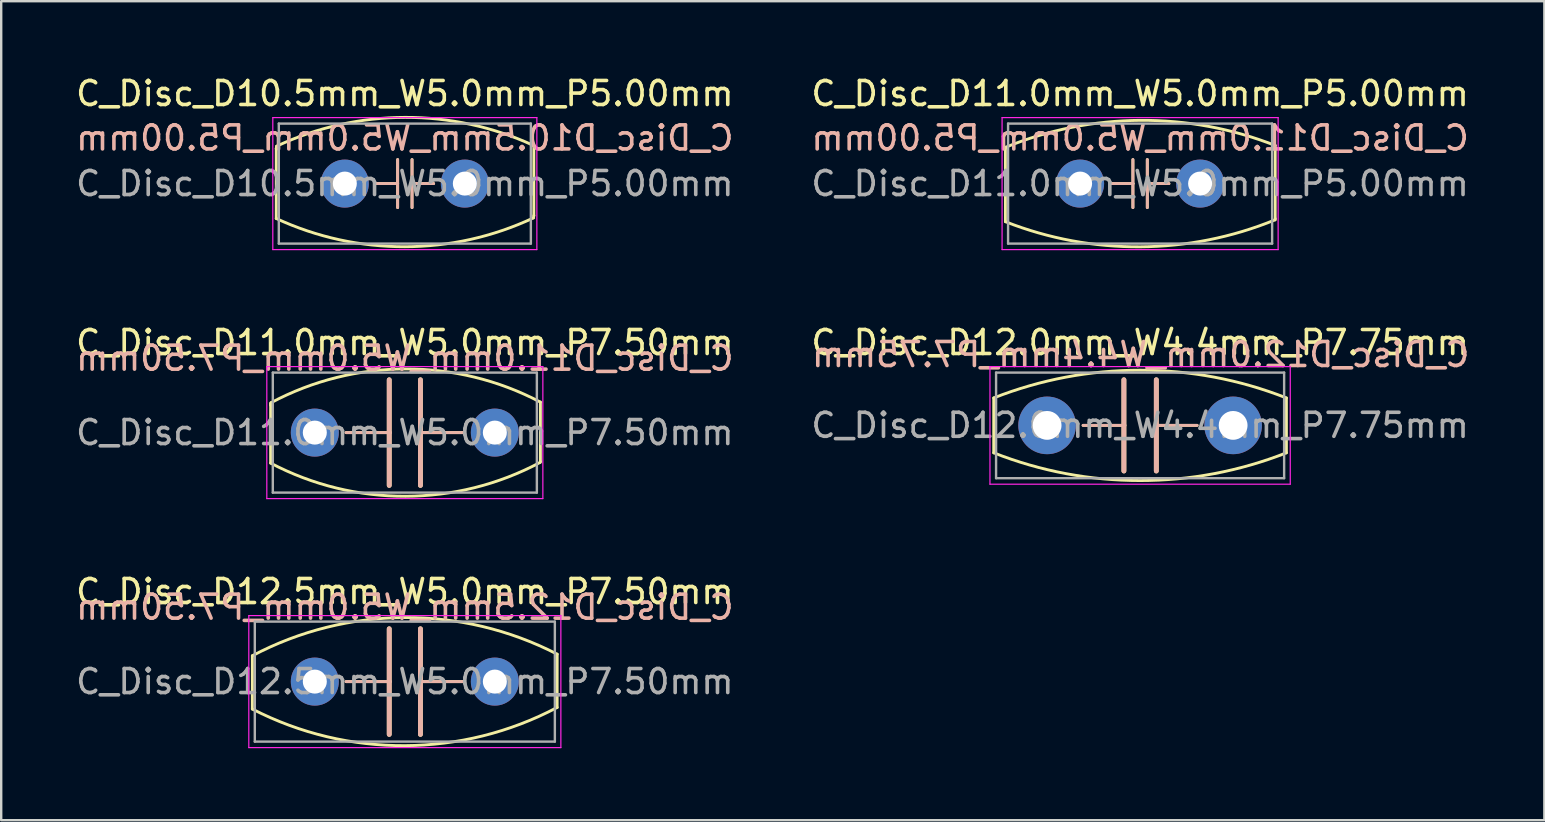
<source format=kicad_pcb>
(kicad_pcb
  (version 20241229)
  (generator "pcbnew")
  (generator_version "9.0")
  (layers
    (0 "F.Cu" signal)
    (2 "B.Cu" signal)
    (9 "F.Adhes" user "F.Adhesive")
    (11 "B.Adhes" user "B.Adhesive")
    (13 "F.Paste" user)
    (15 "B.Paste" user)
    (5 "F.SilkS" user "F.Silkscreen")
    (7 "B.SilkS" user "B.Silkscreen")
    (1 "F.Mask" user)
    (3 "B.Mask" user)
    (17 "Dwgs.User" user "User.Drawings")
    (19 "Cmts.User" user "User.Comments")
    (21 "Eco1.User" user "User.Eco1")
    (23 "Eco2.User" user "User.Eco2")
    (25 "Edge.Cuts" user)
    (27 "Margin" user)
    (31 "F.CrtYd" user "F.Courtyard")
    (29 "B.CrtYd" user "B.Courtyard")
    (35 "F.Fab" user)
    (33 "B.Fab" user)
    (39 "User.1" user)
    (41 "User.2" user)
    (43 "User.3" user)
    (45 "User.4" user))
  (footprint "C_Disc_D11.0mm_W5.0mm_P5.00mm"
    (layer "F.Cu")
    (at 41.946 4.598)
    (property "Reference" "C_Disc_D11.0mm_W5.0mm_P5.00mm" (at 2.5 -3.75 0) (layer "F.SilkS") (effects (font (size 1 1) (thickness 0.15))))
    (fp_line (start -3.111 -1.46) (end -3.106 -1.511) (stroke (width 0.12) (type solid)) (layer "F.SilkS"))
    (fp_line (start -3.111 1.587) (end -3.111 -1.46) (stroke (width 0.12) (type solid)) (layer "F.SilkS"))
    (fp_line (start 1.3 0) (end 2.2 0) (stroke (width 0.12) (type solid)) (layer "F.SilkS"))
    (fp_line (start 2.2 0) (end 2.2 -1) (stroke (width 0.12) (type solid)) (layer "F.SilkS"))
    (fp_line (start 2.2 0) (end 2.2 1) (stroke (width 0.12) (type solid)) (layer "F.SilkS"))
    (fp_line (start 2.8 -1) (end 2.8 1) (stroke (width 0.12) (type solid)) (layer "F.SilkS"))
    (fp_line (start 2.8 0) (end 3.7 0) (stroke (width 0.12) (type solid)) (layer "F.SilkS"))
    (fp_line (start 8.128 -1.587) (end 8.128 1.46) (stroke (width 0.12) (type solid)) (layer "F.SilkS"))
    (fp_line (start 8.128 1.46) (end 8.123 1.511) (stroke (width 0.12) (type solid)) (layer "F.SilkS"))
    (fp_arc (start -3.106181 -1.511004) (mid 2.50352 -2.634411) (end 8.128 -1.5875) (stroke (width 0.12) (type solid)) (layer "F.SilkS"))
    (fp_arc (start 8.122681 1.511004) (mid 2.51298 2.634411) (end -3.1115 1.5875) (stroke (width 0.12) (type solid)) (layer "F.SilkS"))
    (fp_line (start 1.3 0) (end 2.2 0) (stroke (width 0.12) (type solid)) (layer "B.SilkS"))
    (fp_line (start 2.2 0) (end 2.2 -1) (stroke (width 0.12) (type solid)) (layer "B.SilkS"))
    (fp_line (start 2.2 0) (end 2.2 1) (stroke (width 0.12) (type solid)) (layer "B.SilkS"))
    (fp_line (start 2.8 0) (end 3.7 0) (stroke (width 0.12) (type solid)) (layer "B.SilkS"))
    (fp_line (start 2.8 1) (end 2.8 -1) (stroke (width 0.12) (type solid)) (layer "B.SilkS"))
    (fp_line (start -3.25 -2.75) (end -3.25 2.75) (stroke (width 0.05) (type solid)) (layer "F.CrtYd"))
    (fp_line (start -3.25 2.75) (end 8.25 2.75) (stroke (width 0.05) (type solid)) (layer "F.CrtYd"))
    (fp_line (start 8.25 -2.75) (end -3.25 -2.75) (stroke (width 0.05) (type solid)) (layer "F.CrtYd"))
    (fp_line (start 8.25 2.75) (end 8.25 -2.75) (stroke (width 0.05) (type solid)) (layer "F.CrtYd"))
    (fp_line (start -3 -2.5) (end -3 2.5) (stroke (width 0.1) (type solid)) (layer "F.Fab"))
    (fp_line (start -3 2.5) (end 8 2.5) (stroke (width 0.1) (type solid)) (layer "F.Fab"))
    (fp_line (start 8 -2.5) (end -3 -2.5) (stroke (width 0.1) (type solid)) (layer "F.Fab"))
    (fp_line (start 8 2.5) (end 8 -2.5) (stroke (width 0.1) (type solid)) (layer "F.Fab"))
    (fp_text user "${REFERENCE}" (at 2.5 -1.9 0) (layer "B.SilkS") (effects (font (size 1 1) (thickness 0.15)) (justify mirror)))
    (fp_text user "${REFERENCE}" (at 2.5 0 0) (layer "F.Fab") (effects (font (size 1 1) (thickness 0.15))))
    (pad "1" thru_hole circle (at 0 0) (size 2 2) (drill 1) (layers "*.Cu" "*.Mask"))
    (pad "2" thru_hole circle (at 5 0) (size 2 2) (drill 1) (layers "*.Cu" "*.Mask")))
  (footprint "C_Disc_D10.5mm_W5.0mm_P5.00mm"
    (layer "F.Cu")
    (at 11.315 4.598)
    (property "Reference" "C_Disc_D10.5mm_W5.0mm_P5.00mm" (at 2.5 -3.75 0) (layer "F.SilkS") (effects (font (size 1 1) (thickness 0.15))))
    (fp_line (start -2.857 -1.46) (end -2.843 -1.556) (stroke (width 0.12) (type solid)) (layer "F.SilkS"))
    (fp_line (start -2.857 1.454) (end -2.857 -1.46) (stroke (width 0.12) (type solid)) (layer "F.SilkS"))
    (fp_line (start 1.3 0) (end 2.2 0) (stroke (width 0.12) (type solid)) (layer "F.SilkS"))
    (fp_line (start 2.2 0) (end 2.2 -1) (stroke (width 0.12) (type solid)) (layer "F.SilkS"))
    (fp_line (start 2.2 0) (end 2.2 1) (stroke (width 0.12) (type solid)) (layer "F.SilkS"))
    (fp_line (start 2.8 -1) (end 2.8 1) (stroke (width 0.12) (type solid)) (layer "F.SilkS"))
    (fp_line (start 2.8 0) (end 3.7 0) (stroke (width 0.12) (type solid)) (layer "F.SilkS"))
    (fp_line (start 7.874 -1.581) (end 7.874 1.333) (stroke (width 0.12) (type solid)) (layer "F.SilkS"))
    (fp_line (start 7.874 1.333) (end 7.859 1.429) (stroke (width 0.12) (type solid)) (layer "F.SilkS"))
    (fp_arc (start -2.842795 -1.556187) (mid 2.512796 -2.757728) (end 7.874 -1.581487) (stroke (width 0.12) (type solid)) (layer "F.SilkS"))
    (fp_arc (start 7.859295 1.429187) (mid 2.503704 2.630728) (end -2.8575 1.454487) (stroke (width 0.12) (type solid)) (layer "F.SilkS"))
    (fp_line (start 1.3 0) (end 2.2 0) (stroke (width 0.12) (type solid)) (layer "B.SilkS"))
    (fp_line (start 2.2 0) (end 2.2 -1) (stroke (width 0.12) (type solid)) (layer "B.SilkS"))
    (fp_line (start 2.2 0) (end 2.2 1) (stroke (width 0.12) (type solid)) (layer "B.SilkS"))
    (fp_line (start 2.8 0) (end 3.7 0) (stroke (width 0.12) (type solid)) (layer "B.SilkS"))
    (fp_line (start 2.8 1) (end 2.8 -1) (stroke (width 0.12) (type solid)) (layer "B.SilkS"))
    (fp_line (start -3 -2.75) (end -3 2.75) (stroke (width 0.05) (type solid)) (layer "F.CrtYd"))
    (fp_line (start -3 2.75) (end 8 2.75) (stroke (width 0.05) (type solid)) (layer "F.CrtYd"))
    (fp_line (start 8 -2.75) (end -3 -2.75) (stroke (width 0.05) (type solid)) (layer "F.CrtYd"))
    (fp_line (start 8 2.75) (end 8 -2.75) (stroke (width 0.05) (type solid)) (layer "F.CrtYd"))
    (fp_line (start -2.75 -2.5) (end -2.75 2.5) (stroke (width 0.1) (type solid)) (layer "F.Fab"))
    (fp_line (start -2.75 2.5) (end 7.75 2.5) (stroke (width 0.1) (type solid)) (layer "F.Fab"))
    (fp_line (start 7.75 -2.5) (end -2.75 -2.5) (stroke (width 0.1) (type solid)) (layer "F.Fab"))
    (fp_line (start 7.75 2.5) (end 7.75 -2.5) (stroke (width 0.1) (type solid)) (layer "F.Fab"))
    (fp_text user "${REFERENCE}" (at 2.5 -1.9 0) (layer "B.SilkS") (effects (font (size 1 1) (thickness 0.15)) (justify mirror)))
    (fp_text user "${REFERENCE}" (at 2.5 0 0) (layer "F.Fab") (effects (font (size 1 1) (thickness 0.15))))
    (pad "1" thru_hole circle (at 0 0) (size 2 2) (drill 1) (layers "*.Cu" "*.Mask"))
    (pad "2" thru_hole circle (at 5 0) (size 2 2) (drill 1) (layers "*.Cu" "*.Mask")))
  (footprint "C_Disc_D11.0mm_W5.0mm_P7.50mm"
    (layer "F.Cu")
    (at 10.065 14.972)
    (property "Reference" "C_Disc_D11.0mm_W5.0mm_P7.50mm" (at 3.75 -3.75 0) (layer "F.SilkS") (effects (font (size 1 1) (thickness 0.15))))
    (fp_line (start -1.841 -1.206) (end -1.828 -1.244) (stroke (width 0.12) (type solid)) (layer "F.SilkS"))
    (fp_line (start -1.841 -1.143) (end -1.841 -1.206) (stroke (width 0.12) (type solid)) (layer "F.SilkS"))
    (fp_line (start -1.841 1.27) (end -1.841 -1.143) (stroke (width 0.12) (type solid)) (layer "F.SilkS"))
    (fp_line (start 1.3 0) (end 3.1 0) (stroke (width 0.12) (type solid)) (layer "F.SilkS"))
    (fp_line (start 3.1 0) (end 3.1 -2.2) (stroke (width 0.2) (type solid)) (layer "F.SilkS"))
    (fp_line (start 3.1 0) (end 3.1 2.2) (stroke (width 0.2) (type solid)) (layer "F.SilkS"))
    (fp_line (start 4.4 0) (end 4.4 -2.2) (stroke (width 0.2) (type solid)) (layer "F.SilkS"))
    (fp_line (start 4.4 0) (end 4.4 2.2) (stroke (width 0.2) (type solid)) (layer "F.SilkS"))
    (fp_line (start 4.4 0) (end 6.2 0) (stroke (width 0.12) (type solid)) (layer "F.SilkS"))
    (fp_line (start 9.398 -1.27) (end 9.398 1.206) (stroke (width 0.12) (type solid)) (layer "F.SilkS"))
    (fp_line (start 9.398 1.206) (end 9.384 1.244) (stroke (width 0.12) (type solid)) (layer "F.SilkS"))
    (fp_arc (start -1.827515 -1.243759) (mid 3.781981 -2.652175) (end 9.398 -1.27) (stroke (width 0.12) (type solid)) (layer "F.SilkS"))
    (fp_arc (start 9.384015 1.243759) (mid 3.774519 2.652175) (end -1.8415 1.27) (stroke (width 0.12) (type solid)) (layer "F.SilkS"))
    (fp_line (start 1.3 0) (end 3.048 0) (stroke (width 0.12) (type solid)) (layer "B.SilkS"))
    (fp_line (start 3.1 0) (end 3.1 -2.2) (stroke (width 0.2) (type solid)) (layer "B.SilkS"))
    (fp_line (start 3.1 0) (end 3.1 2.2) (stroke (width 0.2) (type solid)) (layer "B.SilkS"))
    (fp_line (start 4.4 0) (end 4.4 -2.2) (stroke (width 0.2) (type solid)) (layer "B.SilkS"))
    (fp_line (start 4.4 0) (end 4.4 2.2) (stroke (width 0.2) (type solid)) (layer "B.SilkS"))
    (fp_line (start 4.445 0) (end 6.2 0) (stroke (width 0.12) (type solid)) (layer "B.SilkS"))
    (fp_line (start -2 -2.75) (end -2 2.75) (stroke (width 0.05) (type solid)) (layer "F.CrtYd"))
    (fp_line (start -2 2.75) (end 9.5 2.75) (stroke (width 0.05) (type solid)) (layer "F.CrtYd"))
    (fp_line (start 9.5 -2.75) (end -2 -2.75) (stroke (width 0.05) (type solid)) (layer "F.CrtYd"))
    (fp_line (start 9.5 2.75) (end 9.5 -2.75) (stroke (width 0.05) (type solid)) (layer "F.CrtYd"))
    (fp_line (start -1.75 -2.5) (end -1.75 2.5) (stroke (width 0.1) (type solid)) (layer "F.Fab"))
    (fp_line (start -1.75 2.5) (end 9.25 2.5) (stroke (width 0.1) (type solid)) (layer "F.Fab"))
    (fp_line (start 9.25 -2.5) (end -1.75 -2.5) (stroke (width 0.1) (type solid)) (layer "F.Fab"))
    (fp_line (start 9.25 2.5) (end 9.25 -2.5) (stroke (width 0.1) (type solid)) (layer "F.Fab"))
    (fp_text user "${REFERENCE}" (at 3.75 -3.1 0) (layer "B.SilkS") (effects (font (size 1 1) (thickness 0.15)) (justify mirror)))
    (fp_text user "${REFERENCE}" (at 3.75 0 0) (layer "F.Fab") (effects (font (size 1 1) (thickness 0.15))))
    (pad "1" thru_hole circle (at 0 0) (size 2 2) (drill 1) (layers "*.Cu" "*.Mask"))
    (pad "2" thru_hole circle (at 7.5 0) (size 2 2) (drill 1) (layers "*.Cu" "*.Mask")))
  (footprint "C_Disc_D12.5mm_W5.0mm_P7.50mm"
    (layer "F.Cu")
    (at 10.065 25.345)
    (property "Reference" "C_Disc_D12.5mm_W5.0mm_P7.50mm" (at 3.75 -3.75 0) (layer "F.SilkS") (effects (font (size 1 1) (thickness 0.15))))
    (fp_line (start -2.603 1.143) (end -2.602 -1.077) (stroke (width 0.12) (type solid)) (layer "F.SilkS"))
    (fp_line (start 1.3 0) (end 3.1 0) (stroke (width 0.12) (type solid)) (layer "F.SilkS"))
    (fp_line (start 3.1 0) (end 3.1 -2.2) (stroke (width 0.2) (type solid)) (layer "F.SilkS"))
    (fp_line (start 3.1 0) (end 3.1 2.2) (stroke (width 0.2) (type solid)) (layer "F.SilkS"))
    (fp_line (start 4.4 0) (end 4.4 -2.2) (stroke (width 0.2) (type solid)) (layer "F.SilkS"))
    (fp_line (start 4.4 0) (end 4.4 2.2) (stroke (width 0.2) (type solid)) (layer "F.SilkS"))
    (fp_line (start 4.4 0) (end 6.2 0) (stroke (width 0.12) (type solid)) (layer "F.SilkS"))
    (fp_line (start 10.097 -1.143) (end 10.095 1.077) (stroke (width 0.12) (type solid)) (layer "F.SilkS"))
    (fp_arc (start -2.602332 -1.077291) (mid 3.739022 -2.668139) (end 10.0965 -1.143) (stroke (width 0.12) (type solid)) (layer "F.SilkS"))
    (fp_arc (start 10.095332 1.077291) (mid 3.753978 2.668139) (end -2.6035 1.143) (stroke (width 0.12) (type solid)) (layer "F.SilkS"))
    (fp_line (start 1.3 0) (end 3.048 0) (stroke (width 0.12) (type solid)) (layer "B.SilkS"))
    (fp_line (start 3.1 0) (end 3.1 -2.2) (stroke (width 0.2) (type solid)) (layer "B.SilkS"))
    (fp_line (start 3.1 0) (end 3.1 2.2) (stroke (width 0.2) (type solid)) (layer "B.SilkS"))
    (fp_line (start 4.4 0) (end 4.4 -2.2) (stroke (width 0.2) (type solid)) (layer "B.SilkS"))
    (fp_line (start 4.4 0) (end 4.4 2.2) (stroke (width 0.2) (type solid)) (layer "B.SilkS"))
    (fp_line (start 4.445 0) (end 6.2 0) (stroke (width 0.12) (type solid)) (layer "B.SilkS"))
    (fp_line (start -2.75 -2.75) (end -2.75 2.75) (stroke (width 0.05) (type solid)) (layer "F.CrtYd"))
    (fp_line (start -2.75 2.75) (end 10.25 2.75) (stroke (width 0.05) (type solid)) (layer "F.CrtYd"))
    (fp_line (start 10.25 -2.75) (end -2.75 -2.75) (stroke (width 0.05) (type solid)) (layer "F.CrtYd"))
    (fp_line (start 10.25 2.75) (end 10.25 -2.75) (stroke (width 0.05) (type solid)) (layer "F.CrtYd"))
    (fp_line (start -2.5 -2.5) (end -2.5 2.5) (stroke (width 0.1) (type solid)) (layer "F.Fab"))
    (fp_line (start -2.5 2.5) (end 10 2.5) (stroke (width 0.1) (type solid)) (layer "F.Fab"))
    (fp_line (start 10 -2.5) (end -2.5 -2.5) (stroke (width 0.1) (type solid)) (layer "F.Fab"))
    (fp_line (start 10 2.5) (end 10 -2.5) (stroke (width 0.1) (type solid)) (layer "F.Fab"))
    (fp_text user "${REFERENCE}" (at 3.75 -3.1 0) (layer "B.SilkS") (effects (font (size 1 1) (thickness 0.15)) (justify mirror)))
    (fp_text user "${REFERENCE}" (at 3.75 0 0) (layer "F.Fab") (effects (font (size 1 1) (thickness 0.15))))
    (pad "1" thru_hole circle (at 0 0) (size 2 2) (drill 1) (layers "*.Cu" "*.Mask"))
    (pad "2" thru_hole circle (at 7.5 0) (size 2 2) (drill 1) (layers "*.Cu" "*.Mask")))
  (footprint "C_Disc_D12.0mm_W4.4mm_P7.75mm"
    (layer "F.Cu")
    (at 40.571 14.671)
    (property "Reference" "C_Disc_D12.0mm_W4.4mm_P7.75mm" (at 3.875 -3.45 0) (layer "F.SilkS") (effects (font (size 1 1) (thickness 0.15))))
    (fp_line (start -2.223 1.143) (end -2.223 -1.143) (stroke (width 0.12) (type solid)) (layer "F.SilkS"))
    (fp_line (start 1.5 0) (end 3.2 0) (stroke (width 0.12) (type solid)) (layer "F.SilkS"))
    (fp_line (start 3.2 0) (end 3.2 -1.9) (stroke (width 0.2) (type solid)) (layer "F.SilkS"))
    (fp_line (start 3.2 0) (end 3.2 1.9) (stroke (width 0.2) (type solid)) (layer "F.SilkS"))
    (fp_line (start 4.55 0) (end 4.55 -1.9) (stroke (width 0.2) (type solid)) (layer "F.SilkS"))
    (fp_line (start 4.55 0) (end 4.55 1.9) (stroke (width 0.2) (type solid)) (layer "F.SilkS"))
    (fp_line (start 4.55 0) (end 6.25 0) (stroke (width 0.12) (type solid)) (layer "F.SilkS"))
    (fp_line (start 9.97 -1.143) (end 9.97 1.143) (stroke (width 0.12) (type solid)) (layer "F.SilkS"))
    (fp_arc (start -2.2225 -1.142999) (mid 3.8735 -2.299082) (end 9.9695 -1.143) (stroke (width 0.12) (type solid)) (layer "F.SilkS"))
    (fp_arc (start 9.9695 1.142999) (mid 3.8735 2.299082) (end -2.2225 1.143) (stroke (width 0.12) (type solid)) (layer "F.SilkS"))
    (fp_line (start 1.5 0) (end 3.2 0) (stroke (width 0.12) (type solid)) (layer "B.SilkS"))
    (fp_line (start 3.2 0) (end 3.2 -1.9) (stroke (width 0.2) (type solid)) (layer "B.SilkS"))
    (fp_line (start 3.2 0) (end 3.2 1.9) (stroke (width 0.2) (type solid)) (layer "B.SilkS"))
    (fp_line (start 4.55 0) (end 4.55 -1.9) (stroke (width 0.2) (type solid)) (layer "B.SilkS"))
    (fp_line (start 4.55 0) (end 4.55 1.9) (stroke (width 0.2) (type solid)) (layer "B.SilkS"))
    (fp_line (start 4.55 0) (end 6.25 0) (stroke (width 0.12) (type solid)) (layer "B.SilkS"))
    (fp_line (start -2.38 -2.45) (end -2.38 2.45) (stroke (width 0.05) (type solid)) (layer "F.CrtYd"))
    (fp_line (start -2.38 2.45) (end 10.13 2.45) (stroke (width 0.05) (type solid)) (layer "F.CrtYd"))
    (fp_line (start 10.13 -2.45) (end -2.38 -2.45) (stroke (width 0.05) (type solid)) (layer "F.CrtYd"))
    (fp_line (start 10.13 2.45) (end 10.13 -2.45) (stroke (width 0.05) (type solid)) (layer "F.CrtYd"))
    (fp_line (start -2.125 -2.2) (end -2.125 2.2) (stroke (width 0.1) (type solid)) (layer "F.Fab"))
    (fp_line (start -2.125 2.2) (end 9.875 2.2) (stroke (width 0.1) (type solid)) (layer "F.Fab"))
    (fp_line (start 9.875 -2.2) (end -2.125 -2.2) (stroke (width 0.1) (type solid)) (layer "F.Fab"))
    (fp_line (start 9.875 2.2) (end 9.875 -2.2) (stroke (width 0.1) (type solid)) (layer "F.Fab"))
    (fp_text user "${REFERENCE}" (at 3.9 -2.95 0) (layer "B.SilkS") (effects (font (size 1 1) (thickness 0.15)) (justify mirror)))
    (fp_text user "${REFERENCE}" (at 3.875 0 0) (layer "F.Fab") (effects (font (size 1 1) (thickness 0.15))))
    (pad "1" thru_hole circle (at 0 0) (size 2.4 2.4) (drill 1.2) (layers "*.Cu" "*.Mask"))
    (pad "2" thru_hole circle (at 7.75 0) (size 2.4 2.4) (drill 1.2) (layers "*.Cu" "*.Mask")))
  (gr_rect
    (start -3 -3)
    (end 61.287 31.12)
    (stroke (width 0.1) (type default))
    (fill no)
    (layer "Edge.Cuts")))
</source>
